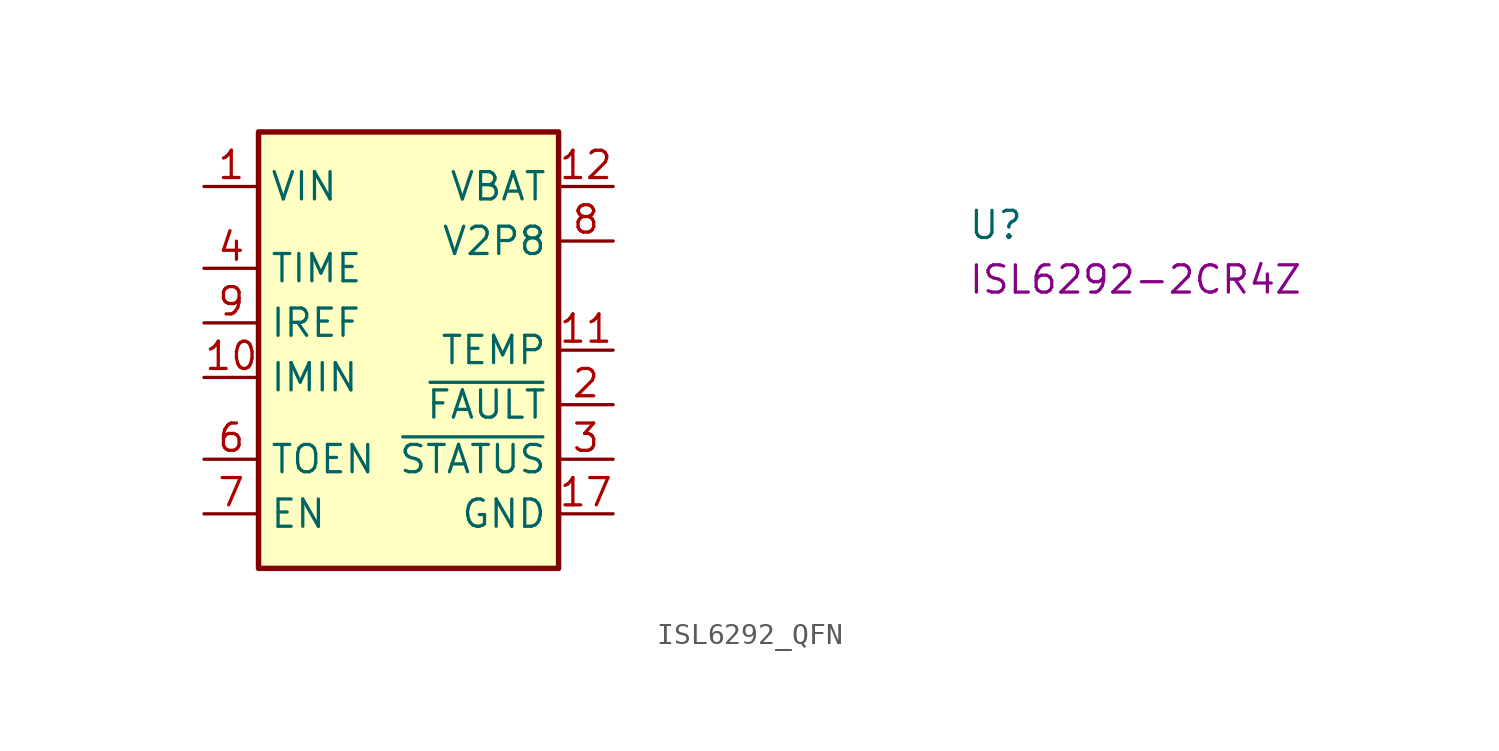
<source format=kicad_sym>
(kicad_symbol_lib
  (version 20220914)
  (generator kicad_symbol_editor)
  (symbol "ISL6292_QFN"
    (property "Reference" "U"
      (at 35.56 -2.54 0)
      (effects (font (size 1.27 1.27) (thickness 0.15)) (justify left bottom)))
    (property "MPN" "ISL6292-2CR4Z"
      (at 35.56 -5.08 0)
      (effects (font (size 1.27 1.27) (thickness 0.15)) (justify left bottom)))
    (symbol "ISL6292_QFN_1_1"
      (rectangle (start 2.54 2.54) (end 16.51 -17.78) (stroke (width 0.254) (type default)) (fill (type background)))
      (pin power_in line (at 0 0 0) (length 2.54) (name "VIN" (effects (font (size 1.27 1.27)))) (number "1" (effects (font (size 1.27 1.27)))))
      (pin input line (at 0 -8.89 0) (length 2.54) (name "IMIN" (effects (font (size 1.27 1.27)))) (number "10" (effects (font (size 1.27 1.27)))))
      (pin input line (at 19.05 -7.62 180) (length 2.54) (name "TEMP" (effects (font (size 1.27 1.27)))) (number "11" (effects (font (size 1.27 1.27)))))
      (pin power_out line (at 19.05 0 180) (length 2.54) (name "VBAT" (effects (font (size 1.27 1.27)))) (number "12" (effects (font (size 1.27 1.27)))))
      (pin passive line (at 19.05 0 180) (length 2.54) hide (name "VBAT" (effects (font (size 1.27 1.27)))) (number "13" (effects (font (size 1.27 1.27)))))
      (pin passive line (at 19.05 0 180) (length 2.54) hide (name "VBAT" (effects (font (size 1.27 1.27)))) (number "14" (effects (font (size 1.27 1.27)))))
      (pin passive line (at 0 0 0) (length 2.54) hide (name "VIN" (effects (font (size 1.27 1.27)))) (number "15" (effects (font (size 1.27 1.27)))))
      (pin passive line (at 0 0 0) (length 2.54) hide (name "VIN" (effects (font (size 1.27 1.27)))) (number "16" (effects (font (size 1.27 1.27)))))
      (pin passive line (at 19.05 -15.24 180) (length 2.54) (name "GND" (effects (font (size 1.27 1.27)))) (number "17" (effects (font (size 1.27 1.27)))))
      (pin output line (at 19.05 -10.16 180) (length 2.54) (name "~{FAULT}" (effects (font (size 1.27 1.27)))) (number "2" (effects (font (size 1.27 1.27)))))
      (pin output line (at 19.05 -12.7 180) (length 2.54) (name "~{STATUS}" (effects (font (size 1.27 1.27)))) (number "3" (effects (font (size 1.27 1.27)))))
      (pin passive line (at 0 -3.81 0) (length 2.54) (name "TIME" (effects (font (size 1.27 1.27)))) (number "4" (effects (font (size 1.27 1.27)))))
      (pin passive line (at 19.05 -15.24 180) (length 2.54) hide (name "GND" (effects (font (size 1.27 1.27)))) (number "5" (effects (font (size 1.27 1.27)))))
      (pin input line (at 0 -12.7 0) (length 2.54) (name "TOEN" (effects (font (size 1.27 1.27)))) (number "6" (effects (font (size 1.27 1.27)))))
      (pin input line (at 0 -15.24 0) (length 2.54) (name "EN" (effects (font (size 1.27 1.27)))) (number "7" (effects (font (size 1.27 1.27)))))
      (pin power_out line (at 19.05 -2.54 180) (length 2.54) (name "V2P8" (effects (font (size 1.27 1.27)))) (number "8" (effects (font (size 1.27 1.27)))))
      (pin input line (at 0 -6.35 0) (length 2.54) (name "IREF" (effects (font (size 1.27 1.27)))) (number "9" (effects (font (size 1.27 1.27))))))))
</source>
